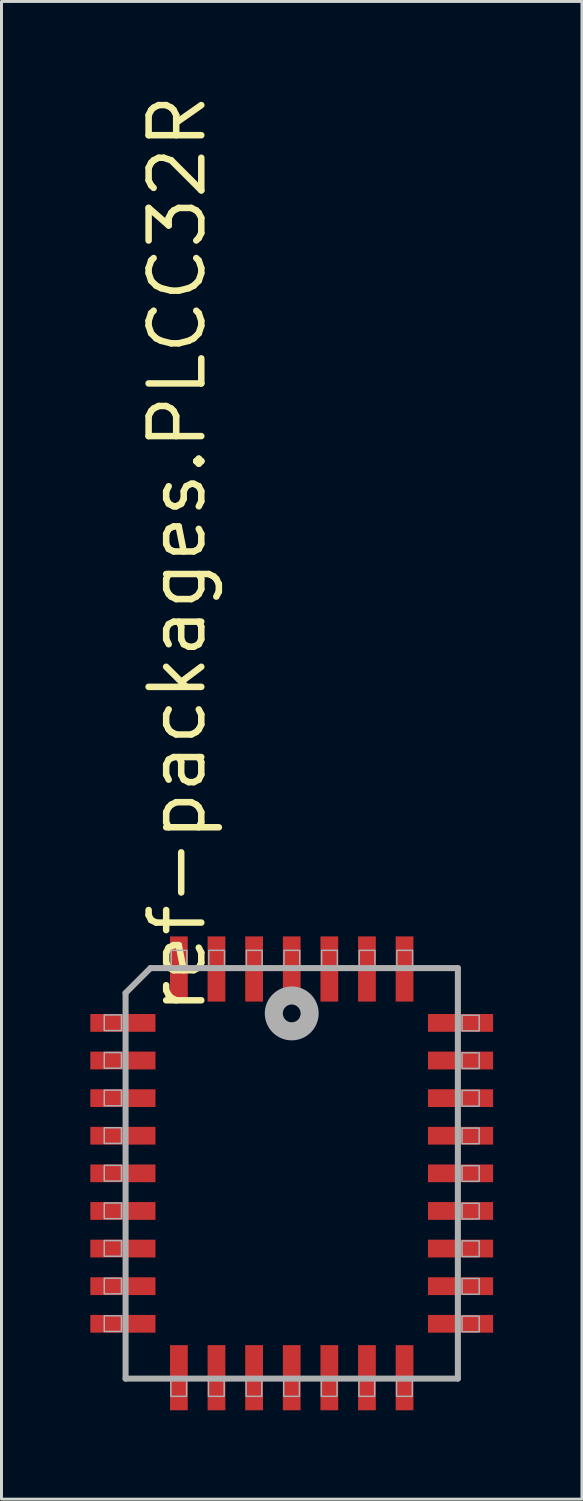
<source format=kicad_pcb>
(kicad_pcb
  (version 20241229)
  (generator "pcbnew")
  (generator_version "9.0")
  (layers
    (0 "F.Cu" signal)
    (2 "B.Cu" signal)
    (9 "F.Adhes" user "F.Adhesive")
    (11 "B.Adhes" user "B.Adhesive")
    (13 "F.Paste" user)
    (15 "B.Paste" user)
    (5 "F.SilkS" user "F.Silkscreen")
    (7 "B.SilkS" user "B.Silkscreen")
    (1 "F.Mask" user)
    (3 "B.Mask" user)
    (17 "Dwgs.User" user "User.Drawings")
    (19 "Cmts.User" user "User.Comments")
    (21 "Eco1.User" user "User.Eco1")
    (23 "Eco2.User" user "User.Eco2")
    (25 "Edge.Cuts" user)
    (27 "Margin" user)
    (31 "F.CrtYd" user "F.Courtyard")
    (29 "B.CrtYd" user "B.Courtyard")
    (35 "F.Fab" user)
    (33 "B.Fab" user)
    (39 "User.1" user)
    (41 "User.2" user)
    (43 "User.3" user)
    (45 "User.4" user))
  (footprint "ref-packages.PLCC32R"
    (layer "F.Cu")
    (at 6.8 36.568)
    (property "Reference" "ref-packages.PLCC32R" (at -2.825 -5.275 270) (layer "F.SilkS") (effects (font (size 1.778 1.778) (thickness 0.22)) (justify left bottom)))
    (attr smd)
    (fp_line (start -5.61 -6.09) (end -5.61 6.93) (stroke (width 0.203) (type default)) (layer "F.Fab"))
    (fp_line (start -5.61 6.93) (end 5.61 6.93) (stroke (width 0.203) (type default)) (layer "F.Fab"))
    (fp_line (start -4.77 -6.93) (end -5.61 -6.09) (stroke (width 0.203) (type default)) (layer "F.Fab"))
    (fp_line (start 5.61 -6.93) (end -4.77 -6.93) (stroke (width 0.203) (type default)) (layer "F.Fab"))
    (fp_line (start 5.61 6.93) (end 5.61 -6.93) (stroke (width 0.203) (type default)) (layer "F.Fab"))
    (fp_rect (start -6.33 -4.82) (end -5.75 -5.35) (stroke (width 0.05) (type default)) (fill no) (layer "F.Fab"))
    (fp_rect (start -6.33 -3.55) (end -5.75 -4.08) (stroke (width 0.05) (type default)) (fill no) (layer "F.Fab"))
    (fp_rect (start -6.33 -2.28) (end -5.75 -2.81) (stroke (width 0.05) (type default)) (fill no) (layer "F.Fab"))
    (fp_rect (start -6.33 -1.01) (end -5.75 -1.54) (stroke (width 0.05) (type default)) (fill no) (layer "F.Fab"))
    (fp_rect (start -6.33 0.26) (end -5.75 -0.27) (stroke (width 0.05) (type default)) (fill no) (layer "F.Fab"))
    (fp_rect (start -6.33 1.53) (end -5.75 1) (stroke (width 0.05) (type default)) (fill no) (layer "F.Fab"))
    (fp_rect (start -6.33 2.8) (end -5.75 2.27) (stroke (width 0.05) (type default)) (fill no) (layer "F.Fab"))
    (fp_rect (start -6.33 4.07) (end -5.75 3.54) (stroke (width 0.05) (type default)) (fill no) (layer "F.Fab"))
    (fp_rect (start -6.33 5.34) (end -5.75 4.81) (stroke (width 0.05) (type default)) (fill no) (layer "F.Fab"))
    (fp_rect (start -4.08 7.53) (end -3.55 6.95) (stroke (width 0.05) (type default)) (fill no) (layer "F.Fab"))
    (fp_rect (start -4.07 -6.95) (end -3.54 -7.53) (stroke (width 0.05) (type default)) (fill no) (layer "F.Fab"))
    (fp_rect (start -2.81 7.53) (end -2.28 6.95) (stroke (width 0.05) (type default)) (fill no) (layer "F.Fab"))
    (fp_rect (start -2.8 -6.95) (end -2.27 -7.53) (stroke (width 0.05) (type default)) (fill no) (layer "F.Fab"))
    (fp_rect (start -1.54 7.53) (end -1.01 6.95) (stroke (width 0.05) (type default)) (fill no) (layer "F.Fab"))
    (fp_rect (start -1.53 -6.95) (end -1 -7.53) (stroke (width 0.05) (type default)) (fill no) (layer "F.Fab"))
    (fp_rect (start -0.27 7.53) (end 0.26 6.95) (stroke (width 0.05) (type default)) (fill no) (layer "F.Fab"))
    (fp_rect (start -0.26 -6.95) (end 0.27 -7.53) (stroke (width 0.05) (type default)) (fill no) (layer "F.Fab"))
    (fp_rect (start 1 7.53) (end 1.53 6.95) (stroke (width 0.05) (type default)) (fill no) (layer "F.Fab"))
    (fp_rect (start 1.01 -6.95) (end 1.54 -7.53) (stroke (width 0.05) (type default)) (fill no) (layer "F.Fab"))
    (fp_rect (start 2.27 7.53) (end 2.8 6.95) (stroke (width 0.05) (type default)) (fill no) (layer "F.Fab"))
    (fp_rect (start 2.28 -6.95) (end 2.81 -7.53) (stroke (width 0.05) (type default)) (fill no) (layer "F.Fab"))
    (fp_rect (start 3.54 7.53) (end 4.07 6.95) (stroke (width 0.05) (type default)) (fill no) (layer "F.Fab"))
    (fp_rect (start 3.55 -6.95) (end 4.08 -7.53) (stroke (width 0.05) (type default)) (fill no) (layer "F.Fab"))
    (fp_rect (start 5.75 -4.81) (end 6.33 -5.34) (stroke (width 0.05) (type default)) (fill no) (layer "F.Fab"))
    (fp_rect (start 5.75 -3.54) (end 6.33 -4.07) (stroke (width 0.05) (type default)) (fill no) (layer "F.Fab"))
    (fp_rect (start 5.75 -2.27) (end 6.33 -2.8) (stroke (width 0.05) (type default)) (fill no) (layer "F.Fab"))
    (fp_rect (start 5.75 -1) (end 6.33 -1.53) (stroke (width 0.05) (type default)) (fill no) (layer "F.Fab"))
    (fp_rect (start 5.75 0.27) (end 6.33 -0.26) (stroke (width 0.05) (type default)) (fill no) (layer "F.Fab"))
    (fp_rect (start 5.75 1.54) (end 6.33 1.01) (stroke (width 0.05) (type default)) (fill no) (layer "F.Fab"))
    (fp_rect (start 5.75 2.81) (end 6.33 2.28) (stroke (width 0.05) (type default)) (fill no) (layer "F.Fab"))
    (fp_rect (start 5.75 4.08) (end 6.33 3.55) (stroke (width 0.05) (type default)) (fill no) (layer "F.Fab"))
    (fp_rect (start 5.75 5.35) (end 6.33 4.82) (stroke (width 0.05) (type default)) (fill no) (layer "F.Fab"))
    (fp_circle (center 0 -5.4) (end 0.3 -5.4) (stroke (width 0.61) (type default)) (fill no) (layer "F.Fab"))
    (pad "1" smd roundrect (at 0 -6.9) (size 0.6 2.2) (layers "F.Cu" "F.Mask" "F.Paste") (roundrect_rratio 0.01))
    (pad "2" smd roundrect (at -1.27 -6.9) (size 0.6 2.2) (layers "F.Cu" "F.Mask" "F.Paste") (roundrect_rratio 0.01))
    (pad "3" smd roundrect (at -2.54 -6.9) (size 0.6 2.2) (layers "F.Cu" "F.Mask" "F.Paste") (roundrect_rratio 0.01))
    (pad "4" smd roundrect (at -3.81 -6.9) (size 0.6 2.2) (layers "F.Cu" "F.Mask" "F.Paste") (roundrect_rratio 0.01))
    (pad "5" smd roundrect (at -5.7 -5.08) (size 2.2 0.6) (layers "F.Cu" "F.Mask" "F.Paste") (roundrect_rratio 0.01))
    (pad "6" smd roundrect (at -5.7 -3.81) (size 2.2 0.6) (layers "F.Cu" "F.Mask" "F.Paste") (roundrect_rratio 0.01))
    (pad "7" smd roundrect (at -5.7 -2.54) (size 2.2 0.6) (layers "F.Cu" "F.Mask" "F.Paste") (roundrect_rratio 0.01))
    (pad "8" smd roundrect (at -5.7 -1.27) (size 2.2 0.6) (layers "F.Cu" "F.Mask" "F.Paste") (roundrect_rratio 0.01))
    (pad "9" smd roundrect (at -5.7 0) (size 2.2 0.6) (layers "F.Cu" "F.Mask" "F.Paste") (roundrect_rratio 0.01))
    (pad "10" smd roundrect (at -5.7 1.27) (size 2.2 0.6) (layers "F.Cu" "F.Mask" "F.Paste") (roundrect_rratio 0.01))
    (pad "11" smd roundrect (at -5.7 2.54) (size 2.2 0.6) (layers "F.Cu" "F.Mask" "F.Paste") (roundrect_rratio 0.01))
    (pad "12" smd roundrect (at -5.7 3.81) (size 2.2 0.6) (layers "F.Cu" "F.Mask" "F.Paste") (roundrect_rratio 0.01))
    (pad "13" smd roundrect (at -5.7 5.08) (size 2.2 0.6) (layers "F.Cu" "F.Mask" "F.Paste") (roundrect_rratio 0.01))
    (pad "14" smd roundrect (at -3.81 6.9) (size 0.6 2.2) (layers "F.Cu" "F.Mask" "F.Paste") (roundrect_rratio 0.01))
    (pad "15" smd roundrect (at -2.54 6.9) (size 0.6 2.2) (layers "F.Cu" "F.Mask" "F.Paste") (roundrect_rratio 0.01))
    (pad "16" smd roundrect (at -1.27 6.9) (size 0.6 2.2) (layers "F.Cu" "F.Mask" "F.Paste") (roundrect_rratio 0.01))
    (pad "17" smd roundrect (at 0 6.9) (size 0.6 2.2) (layers "F.Cu" "F.Mask" "F.Paste") (roundrect_rratio 0.01))
    (pad "18" smd roundrect (at 1.27 6.9) (size 0.6 2.2) (layers "F.Cu" "F.Mask" "F.Paste") (roundrect_rratio 0.01))
    (pad "19" smd roundrect (at 2.54 6.9) (size 0.6 2.2) (layers "F.Cu" "F.Mask" "F.Paste") (roundrect_rratio 0.01))
    (pad "20" smd roundrect (at 3.81 6.9) (size 0.6 2.2) (layers "F.Cu" "F.Mask" "F.Paste") (roundrect_rratio 0.01))
    (pad "21" smd roundrect (at 5.7 5.08) (size 2.2 0.6) (layers "F.Cu" "F.Mask" "F.Paste") (roundrect_rratio 0.01))
    (pad "22" smd roundrect (at 5.7 3.81) (size 2.2 0.6) (layers "F.Cu" "F.Mask" "F.Paste") (roundrect_rratio 0.01))
    (pad "23" smd roundrect (at 5.7 2.54) (size 2.2 0.6) (layers "F.Cu" "F.Mask" "F.Paste") (roundrect_rratio 0.01))
    (pad "24" smd roundrect (at 5.7 1.27) (size 2.2 0.6) (layers "F.Cu" "F.Mask" "F.Paste") (roundrect_rratio 0.01))
    (pad "25" smd roundrect (at 5.7 0) (size 2.2 0.6) (layers "F.Cu" "F.Mask" "F.Paste") (roundrect_rratio 0.01))
    (pad "26" smd roundrect (at 5.7 -1.27) (size 2.2 0.6) (layers "F.Cu" "F.Mask" "F.Paste") (roundrect_rratio 0.01))
    (pad "27" smd roundrect (at 5.7 -2.54) (size 2.2 0.6) (layers "F.Cu" "F.Mask" "F.Paste") (roundrect_rratio 0.01))
    (pad "28" smd roundrect (at 5.7 -3.81) (size 2.2 0.6) (layers "F.Cu" "F.Mask" "F.Paste") (roundrect_rratio 0.01))
    (pad "29" smd roundrect (at 5.7 -5.08) (size 2.2 0.6) (layers "F.Cu" "F.Mask" "F.Paste") (roundrect_rratio 0.01))
    (pad "30" smd roundrect (at 3.81 -6.9) (size 0.6 2.2) (layers "F.Cu" "F.Mask" "F.Paste") (roundrect_rratio 0.01))
    (pad "31" smd roundrect (at 2.54 -6.9) (size 0.6 2.2) (layers "F.Cu" "F.Mask" "F.Paste") (roundrect_rratio 0.01))
    (pad "32" smd roundrect (at 1.27 -6.9) (size 0.6 2.2) (layers "F.Cu" "F.Mask" "F.Paste") (roundrect_rratio 0.01)))
  (gr_rect
    (start -3 -3)
    (end 16.6 47.568)
    (stroke (width 0.1) (type default))
    (fill no)
    (layer "Edge.Cuts")))
</source>
